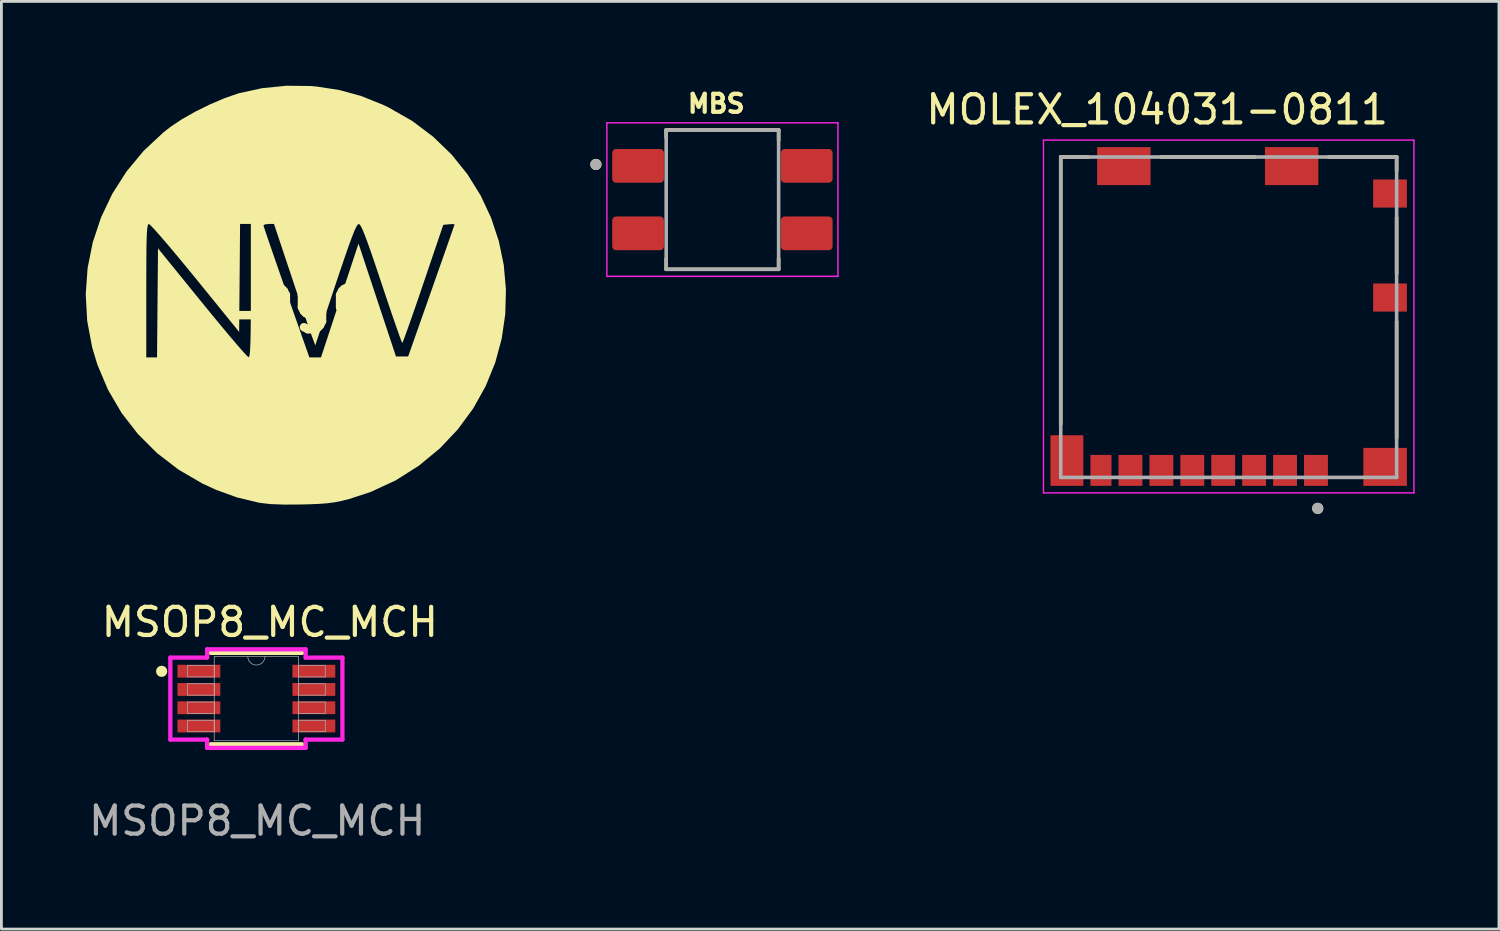
<source format=kicad_pcb>
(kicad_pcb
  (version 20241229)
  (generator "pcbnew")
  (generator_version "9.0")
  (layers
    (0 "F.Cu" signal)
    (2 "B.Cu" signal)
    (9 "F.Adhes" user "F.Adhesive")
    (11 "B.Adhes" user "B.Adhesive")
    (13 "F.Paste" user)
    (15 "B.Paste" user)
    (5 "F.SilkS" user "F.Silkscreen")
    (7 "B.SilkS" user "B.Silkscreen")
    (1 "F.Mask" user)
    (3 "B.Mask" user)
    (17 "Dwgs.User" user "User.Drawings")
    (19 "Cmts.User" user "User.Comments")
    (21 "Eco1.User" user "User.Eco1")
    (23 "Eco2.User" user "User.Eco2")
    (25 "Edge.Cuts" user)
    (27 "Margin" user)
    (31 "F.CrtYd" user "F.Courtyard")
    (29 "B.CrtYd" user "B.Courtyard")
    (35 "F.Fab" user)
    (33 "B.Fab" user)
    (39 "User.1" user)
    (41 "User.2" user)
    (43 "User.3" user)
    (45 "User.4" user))
  (footprint "MOLEX_104031-0811"
    (layer "F.Cu")
    (at 40.663 8.235)
    (property "Reference" "MOLEX_104031-0811" (at -2.545 -7.386 0) (layer "F.SilkS") (effects (font (size 1.002 1.002) (thickness 0.15))))
    (attr smd)
    (fp_line (start -5.975 -5.7) (end -5.975 3.806) (stroke (width 0.127) (type solid)) (layer "F.SilkS"))
    (fp_line (start -5.003 -5.7) (end -5.975 -5.7) (stroke (width 0.127) (type solid)) (layer "F.SilkS"))
    (fp_line (start 0.939 -5.7) (end -2.413 -5.7) (stroke (width 0.127) (type solid)) (layer "F.SilkS"))
    (fp_line (start 3.556 -5.7) (end 5.975 -5.7) (stroke (width 0.127) (type solid)) (layer "F.SilkS"))
    (fp_line (start 5.975 -5.7) (end 5.975 -5.211) (stroke (width 0.127) (type solid)) (layer "F.SilkS"))
    (fp_line (start 5.975 -3.55) (end 5.975 -1.55) (stroke (width 0.127) (type solid)) (layer "F.SilkS"))
    (fp_line (start 5.975 0.15) (end 5.975 4.3) (stroke (width 0.127) (type solid)) (layer "F.SilkS"))
    (fp_circle (center 3.168 6.801) (end 3.268 6.801) (stroke (width 0.2) (type solid)) (fill no) (layer "F.SilkS"))
    (fp_line (start -6.59 -6.3) (end -6.59 6.25) (stroke (width 0.05) (type solid)) (layer "F.CrtYd"))
    (fp_line (start -6.59 6.25) (end 6.59 6.25) (stroke (width 0.05) (type solid)) (layer "F.CrtYd"))
    (fp_line (start 6.59 -6.3) (end -6.59 -6.3) (stroke (width 0.05) (type solid)) (layer "F.CrtYd"))
    (fp_line (start 6.59 6.25) (end 6.59 -6.3) (stroke (width 0.05) (type solid)) (layer "F.CrtYd"))
    (fp_line (start -5.975 -5.7) (end 5.975 -5.7) (stroke (width 0.127) (type solid)) (layer "F.Fab"))
    (fp_line (start -5.975 5.7) (end -5.975 -5.7) (stroke (width 0.127) (type solid)) (layer "F.Fab"))
    (fp_line (start 5.975 -5.7) (end 5.975 5.7) (stroke (width 0.127) (type solid)) (layer "F.Fab"))
    (fp_line (start 5.975 5.7) (end -5.975 5.7) (stroke (width 0.127) (type solid)) (layer "F.Fab"))
    (fp_circle (center 3.168 6.801) (end 3.268 6.801) (stroke (width 0.2) (type solid)) (fill no) (layer "F.Fab"))
    (pad "1" smd rect (at 3.105 5.45) (size 0.85 1.1) (layers "F.Cu" "F.Mask" "F.Paste"))
    (pad "2" smd rect (at 2.005 5.45) (size 0.85 1.1) (layers "F.Cu" "F.Mask" "F.Paste"))
    (pad "3" smd rect (at 0.905 5.45) (size 0.85 1.1) (layers "F.Cu" "F.Mask" "F.Paste"))
    (pad "4" smd rect (at -0.195 5.45) (size 0.85 1.1) (layers "F.Cu" "F.Mask" "F.Paste"))
    (pad "5" smd rect (at -1.295 5.45) (size 0.85 1.1) (layers "F.Cu" "F.Mask" "F.Paste"))
    (pad "6" smd rect (at -2.395 5.45) (size 0.85 1.1) (layers "F.Cu" "F.Mask" "F.Paste"))
    (pad "7" smd rect (at -3.495 5.45) (size 0.85 1.1) (layers "F.Cu" "F.Mask" "F.Paste"))
    (pad "8" smd rect (at -4.545 5.45) (size 0.75 1.1) (layers "F.Cu" "F.Mask" "F.Paste"))
    (pad "9" smd rect (at 5.74 -0.7) (size 1.2 1) (layers "F.Cu" "F.Mask" "F.Paste"))
    (pad "10" smd rect (at 5.74 -4.4) (size 1.2 1) (layers "F.Cu" "F.Mask" "F.Paste"))
    (pad "G1" smd rect (at 5.565 5.325) (size 1.55 1.35) (layers "F.Cu" "F.Mask" "F.Paste"))
    (pad "G2" smd rect (at -5.755 5.1) (size 1.17 1.8) (layers "F.Cu" "F.Mask" "F.Paste"))
    (pad "G3" smd rect (at -3.73 -5.375) (size 1.9 1.35) (layers "F.Cu" "F.Mask" "F.Paste"))
    (pad "G4" smd rect (at 2.24 -5.375) (size 1.9 1.35) (layers "F.Cu" "F.Mask" "F.Paste")))
  (footprint "MBS"
    (layer "F.Cu")
    (at 22.651 4.051)
    (property "Reference" "MBS" (at -0.218 -3.412 0) (layer "F.SilkS") (effects (font (size 0.641 0.641) (thickness 0.15))))
    (attr smd)
    (fp_line (start -2 -2.48) (end 2 -2.48) (stroke (width 0.127) (type solid)) (layer "F.SilkS"))
    (fp_line (start -2 -2.2) (end -2 -2.48) (stroke (width 0.127) (type solid)) (layer "F.SilkS"))
    (fp_line (start -2 2.1) (end -2 2.48) (stroke (width 0.127) (type solid)) (layer "F.SilkS"))
    (fp_line (start -2 2.48) (end 2 2.48) (stroke (width 0.127) (type solid)) (layer "F.SilkS"))
    (fp_line (start 2 -2.48) (end 2 -2.1) (stroke (width 0.127) (type solid)) (layer "F.SilkS"))
    (fp_line (start 2 2.48) (end 2 2.1) (stroke (width 0.127) (type solid)) (layer "F.SilkS"))
    (fp_circle (center -4.5 -1.25) (end -4.4 -1.25) (stroke (width 0.2) (type solid)) (fill no) (layer "F.SilkS"))
    (fp_line (start -4.11 -2.73) (end -4.11 2.73) (stroke (width 0.05) (type solid)) (layer "F.CrtYd"))
    (fp_line (start -4.11 2.73) (end 4.11 2.73) (stroke (width 0.05) (type solid)) (layer "F.CrtYd"))
    (fp_line (start 4.11 -2.73) (end -4.11 -2.73) (stroke (width 0.05) (type solid)) (layer "F.CrtYd"))
    (fp_line (start 4.11 2.73) (end 4.11 -2.73) (stroke (width 0.05) (type solid)) (layer "F.CrtYd"))
    (fp_line (start -2 -2.48) (end 2 -2.48) (stroke (width 0.127) (type solid)) (layer "F.Fab"))
    (fp_line (start -2 2.48) (end -2 -2.48) (stroke (width 0.127) (type solid)) (layer "F.Fab"))
    (fp_line (start 2 -2.48) (end 2 2.48) (stroke (width 0.127) (type solid)) (layer "F.Fab"))
    (fp_line (start 2 2.48) (end -2 2.48) (stroke (width 0.127) (type solid)) (layer "F.Fab"))
    (fp_circle (center -4.5 -1.25) (end -4.4 -1.25) (stroke (width 0.2) (type solid)) (fill no) (layer "F.Fab"))
    (pad "1" smd roundrect (at -3 -1.2) (size 1.84 1.2) (layers "F.Cu" "F.Mask" "F.Paste") (roundrect_rratio 0.115))
    (pad "2" smd roundrect (at -3 1.2) (size 1.84 1.2) (layers "F.Cu" "F.Mask" "F.Paste") (roundrect_rratio 0.115))
    (pad "3" smd roundrect (at 3 1.2) (size 1.84 1.2) (layers "F.Cu" "F.Mask" "F.Paste") (roundrect_rratio 0.115))
    (pad "4" smd roundrect (at 3 -1.2) (size 1.84 1.2) (layers "F.Cu" "F.Mask" "F.Paste") (roundrect_rratio 0.115)))
  (footprint "MSOP8_MC_MCH"
    (layer "F.Cu")
    (at 6.071 21.804)
    (property "Reference" "MSOP8_MC_MCH" (at 0.48 -2.72 0) (unlocked yes) (layer "F.SilkS") (effects (font (size 1 1) (thickness 0.15))))
    (attr smd)
    (fp_line (start -1.626 1.626) (end 1.626 1.626) (stroke (width 0.152) (type solid)) (layer "F.SilkS"))
    (fp_line (start 1.626 -1.626) (end -1.626 -1.626) (stroke (width 0.152) (type solid)) (layer "F.SilkS"))
    (fp_circle (center -3.37 -0.97) (end -3.27 -0.97) (stroke (width 0.2) (type solid)) (fill no) (layer "F.SilkS"))
    (fp_line (start -3.061 -1.458) (end -1.753 -1.458) (stroke (width 0.152) (type solid)) (layer "F.CrtYd"))
    (fp_line (start -3.061 1.458) (end -3.061 -1.458) (stroke (width 0.152) (type solid)) (layer "F.CrtYd"))
    (fp_line (start -3.061 1.458) (end -1.753 1.458) (stroke (width 0.152) (type solid)) (layer "F.CrtYd"))
    (fp_line (start -1.753 -1.753) (end 1.753 -1.753) (stroke (width 0.152) (type solid)) (layer "F.CrtYd"))
    (fp_line (start -1.753 -1.458) (end -1.753 -1.753) (stroke (width 0.152) (type solid)) (layer "F.CrtYd"))
    (fp_line (start -1.753 1.753) (end -1.753 1.458) (stroke (width 0.152) (type solid)) (layer "F.CrtYd"))
    (fp_line (start 1.753 -1.753) (end 1.753 -1.458) (stroke (width 0.152) (type solid)) (layer "F.CrtYd"))
    (fp_line (start 1.753 1.458) (end 1.753 1.753) (stroke (width 0.152) (type solid)) (layer "F.CrtYd"))
    (fp_line (start 1.753 1.753) (end -1.753 1.753) (stroke (width 0.152) (type solid)) (layer "F.CrtYd"))
    (fp_line (start 3.061 -1.458) (end 1.753 -1.458) (stroke (width 0.152) (type solid)) (layer "F.CrtYd"))
    (fp_line (start 3.061 -1.458) (end 3.061 1.458) (stroke (width 0.152) (type solid)) (layer "F.CrtYd"))
    (fp_line (start 3.061 1.458) (end 1.753 1.458) (stroke (width 0.152) (type solid)) (layer "F.CrtYd"))
    (fp_line (start -2.451 -1.178) (end -2.451 -0.772) (stroke (width 0.025) (type solid)) (layer "F.Fab"))
    (fp_line (start -2.451 -0.772) (end -1.499 -0.772) (stroke (width 0.025) (type solid)) (layer "F.Fab"))
    (fp_line (start -2.451 -0.528) (end -2.451 -0.122) (stroke (width 0.025) (type solid)) (layer "F.Fab"))
    (fp_line (start -2.451 -0.122) (end -1.499 -0.122) (stroke (width 0.025) (type solid)) (layer "F.Fab"))
    (fp_line (start -2.451 0.122) (end -2.451 0.528) (stroke (width 0.025) (type solid)) (layer "F.Fab"))
    (fp_line (start -2.451 0.528) (end -1.499 0.528) (stroke (width 0.025) (type solid)) (layer "F.Fab"))
    (fp_line (start -2.451 0.772) (end -2.451 1.178) (stroke (width 0.025) (type solid)) (layer "F.Fab"))
    (fp_line (start -2.451 1.178) (end -1.499 1.178) (stroke (width 0.025) (type solid)) (layer "F.Fab"))
    (fp_line (start -1.499 -1.499) (end -1.499 1.499) (stroke (width 0.025) (type solid)) (layer "F.Fab"))
    (fp_line (start -1.499 -1.178) (end -2.451 -1.178) (stroke (width 0.025) (type solid)) (layer "F.Fab"))
    (fp_line (start -1.499 -0.772) (end -1.499 -1.178) (stroke (width 0.025) (type solid)) (layer "F.Fab"))
    (fp_line (start -1.499 -0.528) (end -2.451 -0.528) (stroke (width 0.025) (type solid)) (layer "F.Fab"))
    (fp_line (start -1.499 -0.122) (end -1.499 -0.528) (stroke (width 0.025) (type solid)) (layer "F.Fab"))
    (fp_line (start -1.499 0.122) (end -2.451 0.122) (stroke (width 0.025) (type solid)) (layer "F.Fab"))
    (fp_line (start -1.499 0.528) (end -1.499 0.122) (stroke (width 0.025) (type solid)) (layer "F.Fab"))
    (fp_line (start -1.499 0.772) (end -2.451 0.772) (stroke (width 0.025) (type solid)) (layer "F.Fab"))
    (fp_line (start -1.499 1.178) (end -1.499 0.772) (stroke (width 0.025) (type solid)) (layer "F.Fab"))
    (fp_line (start -1.499 1.499) (end 1.499 1.499) (stroke (width 0.025) (type solid)) (layer "F.Fab"))
    (fp_line (start 1.499 -1.499) (end -1.499 -1.499) (stroke (width 0.025) (type solid)) (layer "F.Fab"))
    (fp_line (start 1.499 -1.178) (end 1.499 -0.772) (stroke (width 0.025) (type solid)) (layer "F.Fab"))
    (fp_line (start 1.499 -0.772) (end 2.451 -0.772) (stroke (width 0.025) (type solid)) (layer "F.Fab"))
    (fp_line (start 1.499 -0.528) (end 1.499 -0.122) (stroke (width 0.025) (type solid)) (layer "F.Fab"))
    (fp_line (start 1.499 -0.122) (end 2.451 -0.122) (stroke (width 0.025) (type solid)) (layer "F.Fab"))
    (fp_line (start 1.499 0.122) (end 1.499 0.528) (stroke (width 0.025) (type solid)) (layer "F.Fab"))
    (fp_line (start 1.499 0.528) (end 2.451 0.528) (stroke (width 0.025) (type solid)) (layer "F.Fab"))
    (fp_line (start 1.499 0.772) (end 1.499 1.178) (stroke (width 0.025) (type solid)) (layer "F.Fab"))
    (fp_line (start 1.499 1.178) (end 2.451 1.178) (stroke (width 0.025) (type solid)) (layer "F.Fab"))
    (fp_line (start 1.499 1.499) (end 1.499 -1.499) (stroke (width 0.025) (type solid)) (layer "F.Fab"))
    (fp_line (start 2.451 -1.178) (end 1.499 -1.178) (stroke (width 0.025) (type solid)) (layer "F.Fab"))
    (fp_line (start 2.451 -0.772) (end 2.451 -1.178) (stroke (width 0.025) (type solid)) (layer "F.Fab"))
    (fp_line (start 2.451 -0.528) (end 1.499 -0.528) (stroke (width 0.025) (type solid)) (layer "F.Fab"))
    (fp_line (start 2.451 -0.122) (end 2.451 -0.528) (stroke (width 0.025) (type solid)) (layer "F.Fab"))
    (fp_line (start 2.451 0.122) (end 1.499 0.122) (stroke (width 0.025) (type solid)) (layer "F.Fab"))
    (fp_line (start 2.451 0.528) (end 2.451 0.122) (stroke (width 0.025) (type solid)) (layer "F.Fab"))
    (fp_line (start 2.451 0.772) (end 1.499 0.772) (stroke (width 0.025) (type solid)) (layer "F.Fab"))
    (fp_line (start 2.451 1.178) (end 2.451 0.772) (stroke (width 0.025) (type solid)) (layer "F.Fab"))
    (fp_arc (start 0.3048 -1.4986) (mid 0 -1.1938) (end -0.3048 -1.4986) (stroke (width 0.0254) (type solid)) (layer "F.Fab"))
    (fp_text user "${REFERENCE}" (at 0.03 4.35 0) (unlocked yes) (layer "F.Fab") (effects (font (size 1 1) (thickness 0.15))))
    (pad "1" smd rect (at -2.045 -0.975) (size 1.524 0.457) (layers "F.Cu" "F.Mask" "F.Paste"))
    (pad "2" smd rect (at -2.045 -0.325) (size 1.524 0.457) (layers "F.Cu" "F.Mask" "F.Paste"))
    (pad "3" smd rect (at -2.045 0.325) (size 1.524 0.457) (layers "F.Cu" "F.Mask" "F.Paste"))
    (pad "4" smd rect (at -2.045 0.975) (size 1.524 0.457) (layers "F.Cu" "F.Mask" "F.Paste"))
    (pad "5" smd rect (at 2.045 0.975) (size 1.524 0.457) (layers "F.Cu" "F.Mask" "F.Paste"))
    (pad "6" smd rect (at 2.045 0.325) (size 1.524 0.457) (layers "F.Cu" "F.Mask" "F.Paste"))
    (pad "7" smd rect (at 2.045 -0.325) (size 1.524 0.457) (layers "F.Cu" "F.Mask" "F.Paste"))
    (pad "8" smd rect (at 2.045 -0.975) (size 1.524 0.457) (layers "F.Cu" "F.Mask" "F.Paste")))
  (footprint "Logo"
    (layer "F.Cu")
    (at 7.478 7.484)
    (property "Reference" "Logo" (at 0 0 0) (layer "F.SilkS") (effects (font (size 1.5 1.5) (thickness 0.3))))
    (attr board_only exclude_from_pos_files exclude_from_bom)
    (fp_poly (pts (xy 0.524 -7.474) (xy 0.722 -7.457) (xy 1.536 -7.333) (xy 2.304 -7.124) (xy 3.073 -6.817) (xy 3.303 -6.708) (xy 4.139 -6.23) (xy 4.884 -5.669) (xy 5.539 -5.035) (xy 6.101 -4.337) (xy 6.569 -3.585) (xy 6.942 -2.789) (xy 7.218 -1.958) (xy 7.395 -1.103) (xy 7.472 -0.234) (xy 7.448 0.641) (xy 7.322 1.511) (xy 7.091 2.366) (xy 6.754 3.197) (xy 6.31 3.993) (xy 5.757 4.745) (xy 5.127 5.412) (xy 4.373 6.035) (xy 3.549 6.556) (xy 2.667 6.966) (xy 1.892 7.22) (xy 1.617 7.288) (xy 1.365 7.338) (xy 1.103 7.372) (xy 0.796 7.394) (xy 0.411 7.409) (xy 0.192 7.414) (xy -0.413 7.418) (xy -0.896 7.4) (xy -1.259 7.36) (xy -1.315 7.351) (xy -2.104 7.16) (xy -2.842 6.893) (xy -3.326 6.669) (xy -4.175 6.175) (xy -4.942 5.585) (xy -5.621 4.908) (xy -6.206 4.153) (xy -6.689 3.326) (xy -7.065 2.435) (xy -7.25 1.821) (xy -7.426 0.881) (xy -7.478 -0.062) (xy -7.469 -0.192) (xy -5.324 -0.192) (xy -5.324 2.181) (xy -5.132 2.181) (xy -4.941 2.181) (xy -4.924 0.241) (xy -4.907 -1.698) (xy -3.335 0.237) (xy -2.985 0.666) (xy -2.658 1.062) (xy -2.363 1.415) (xy -2.109 1.713) (xy -1.907 1.946) (xy -1.764 2.103) (xy -1.69 2.173) (xy -1.684 2.176) (xy -1.662 2.151) (xy -1.644 2.067) (xy -1.63 1.913) (xy -1.62 1.68) (xy -1.612 1.358) (xy -1.607 0.937) (xy -1.604 0.407) (xy -1.604 -0.192) (xy -1.604 -2.518) (xy -1.155 -2.518) (xy -1.135 -2.448) (xy -1.076 -2.271) (xy -0.984 -2) (xy -0.863 -1.649) (xy -0.718 -1.23) (xy -0.554 -0.757) (xy -0.374 -0.244) (xy -0.339 -0.144) (xy 0.478 2.181) (xy 0.685 2.181) (xy 0.892 2.181) (xy 1.559 0.156) (xy 2.227 -1.869) (xy 2.893 0.14) (xy 3.56 2.149) (xy 3.776 2.149) (xy 3.993 2.149) (xy 4.818 -0.192) (xy 5.001 -0.712) (xy 5.17 -1.193) (xy 5.321 -1.621) (xy 5.448 -1.984) (xy 5.547 -2.269) (xy 5.613 -2.462) (xy 5.643 -2.55) (xy 5.644 -2.554) (xy 5.589 -2.562) (xy 5.454 -2.555) (xy 5.443 -2.554) (xy 5.242 -2.534) (xy 4.529 -0.433) (xy 4.362 0.058) (xy 4.206 0.509) (xy 4.067 0.905) (xy 3.951 1.233) (xy 3.861 1.478) (xy 3.803 1.627) (xy 3.783 1.667) (xy 3.756 1.609) (xy 3.694 1.442) (xy 3.601 1.181) (xy 3.482 0.84) (xy 3.343 0.433) (xy 3.187 -0.028) (xy 3.047 -0.449) (xy 2.85 -1.037) (xy 2.688 -1.513) (xy 2.556 -1.887) (xy 2.451 -2.168) (xy 2.37 -2.366) (xy 2.308 -2.491) (xy 2.261 -2.554) (xy 2.235 -2.566) (xy 2.197 -2.541) (xy 2.146 -2.461) (xy 2.079 -2.315) (xy 1.991 -2.093) (xy 1.878 -1.787) (xy 1.738 -1.385) (xy 1.566 -0.879) (xy 1.407 -0.406) (xy 0.688 1.754) (xy 0.537 1.342) (xy 0.477 1.172) (xy 0.384 0.901) (xy 0.264 0.549) (xy 0.124 0.137) (xy -0.029 -0.316) (xy -0.187 -0.789) (xy -0.197 -0.818) (xy -0.78 -2.566) (xy -0.967 -2.566) (xy -1.101 -2.551) (xy -1.155 -2.518) (xy -1.604 -2.518) (xy -1.604 -2.566) (xy -1.795 -2.566) (xy -1.987 -2.566) (xy -2.003 -0.646) (xy -2.02 1.274) (xy -3.579 -0.646) (xy -3.929 -1.073) (xy -4.255 -1.467) (xy -4.55 -1.818) (xy -4.804 -2.113) (xy -5.007 -2.343) (xy -5.151 -2.497) (xy -5.225 -2.564) (xy -5.231 -2.566) (xy -5.255 -2.551) (xy -5.275 -2.497) (xy -5.291 -2.395) (xy -5.303 -2.232) (xy -5.312 -1.996) (xy -5.318 -1.677) (xy -5.321 -1.262) (xy -5.323 -0.74) (xy -5.324 -0.192) (xy -7.469 -0.192) (xy -7.411 -0.997) (xy -7.228 -1.913) (xy -6.933 -2.799) (xy -6.531 -3.644) (xy -6.024 -4.437) (xy -5.418 -5.166) (xy -4.716 -5.822) (xy -4.458 -6.024) (xy -4.062 -6.289) (xy -3.582 -6.561) (xy -3.061 -6.818) (xy -2.542 -7.04) (xy -2.066 -7.206) (xy -2.02 -7.219) (xy -1.199 -7.398) (xy -0.335 -7.484)) (stroke (width 0) (type solid)) (fill yes) (layer "F.SilkS")))
  (gr_rect
    (start -3 -3)
    (end 50.278 30.003)
    (stroke (width 0.1) (type default))
    (fill no)
    (layer "Edge.Cuts")))
</source>
